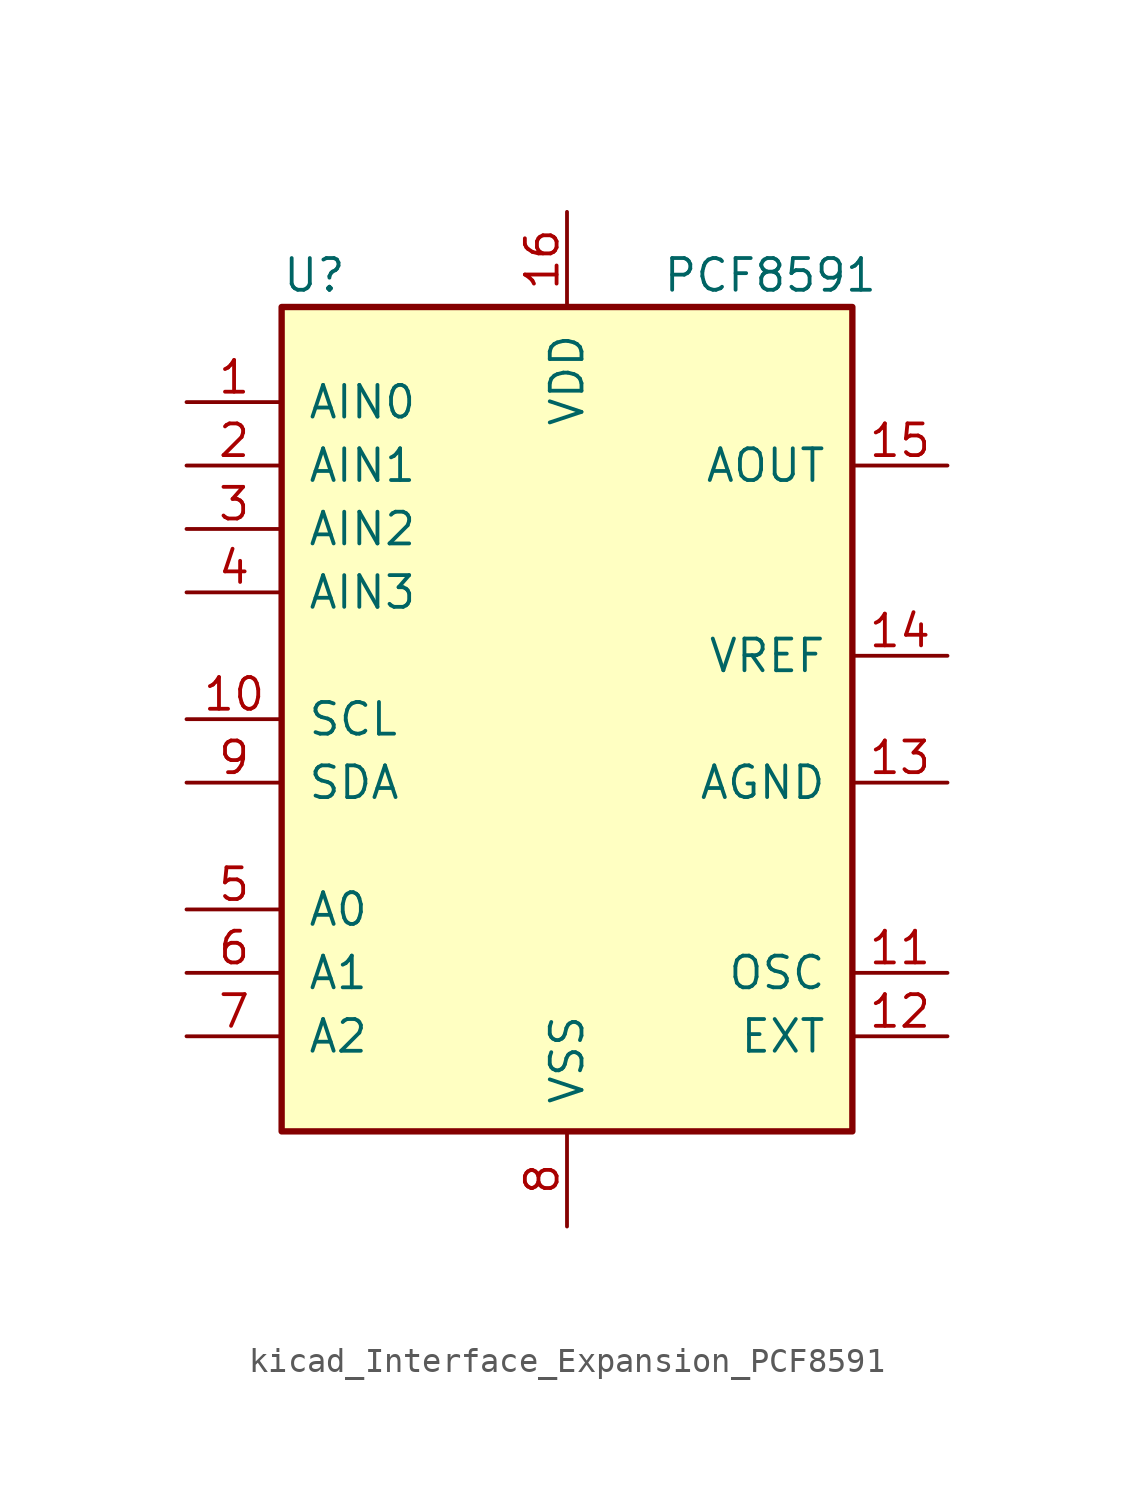
<source format=kicad_sym>
(kicad_symbol_lib
  (version 20220914)
  (generator kicad_symbol_editor)
  (symbol "kicad_Interface_Expansion_PCF8591"
    (pin_names
      (offset 1.016))
    (property "Reference" "U"
      (at -11.43 17.78 0)
      (effects (font (size 1.27 1.27)) (justify left)))
    (property "Value" "PCF8591"
      (at 3.81 17.78 0)
      (effects (font (size 1.27 1.27)) (justify left)))
    (symbol "kicad_Interface_Expansion_PCF8591_0_1"
      (rectangle (start -11.43 -16.51) (end 11.43 16.51) (stroke (width 0.254) (type default)) (fill (type background))))
    (symbol "kicad_Interface_Expansion_PCF8591_1_1"
      (pin passive line (at -15.24 12.7 0) (length 3.81) (name "AIN0" (effects (font (size 1.27 1.27)))) (number "1" (effects (font (size 1.27 1.27)))))
      (pin input line (at -15.24 0 0) (length 3.81) (name "SCL" (effects (font (size 1.27 1.27)))) (number "10" (effects (font (size 1.27 1.27)))))
      (pin bidirectional line (at 15.24 -10.16 180) (length 3.81) (name "OSC" (effects (font (size 1.27 1.27)))) (number "11" (effects (font (size 1.27 1.27)))))
      (pin input line (at 15.24 -12.7 180) (length 3.81) (name "EXT" (effects (font (size 1.27 1.27)))) (number "12" (effects (font (size 1.27 1.27)))))
      (pin power_out line (at 15.24 -2.54 180) (length 3.81) (name "AGND" (effects (font (size 1.27 1.27)))) (number "13" (effects (font (size 1.27 1.27)))))
      (pin passive line (at 15.24 2.54 180) (length 3.81) (name "VREF" (effects (font (size 1.27 1.27)))) (number "14" (effects (font (size 1.27 1.27)))))
      (pin passive line (at 15.24 10.16 180) (length 3.81) (name "AOUT" (effects (font (size 1.27 1.27)))) (number "15" (effects (font (size 1.27 1.27)))))
      (pin power_in line (at 0 20.32 270) (length 3.81) (name "VDD" (effects (font (size 1.27 1.27)))) (number "16" (effects (font (size 1.27 1.27)))))
      (pin passive line (at -15.24 10.16 0) (length 3.81) (name "AIN1" (effects (font (size 1.27 1.27)))) (number "2" (effects (font (size 1.27 1.27)))))
      (pin passive line (at -15.24 7.62 0) (length 3.81) (name "AIN2" (effects (font (size 1.27 1.27)))) (number "3" (effects (font (size 1.27 1.27)))))
      (pin passive line (at -15.24 5.08 0) (length 3.81) (name "AIN3" (effects (font (size 1.27 1.27)))) (number "4" (effects (font (size 1.27 1.27)))))
      (pin input line (at -15.24 -7.62 0) (length 3.81) (name "A0" (effects (font (size 1.27 1.27)))) (number "5" (effects (font (size 1.27 1.27)))))
      (pin input line (at -15.24 -10.16 0) (length 3.81) (name "A1" (effects (font (size 1.27 1.27)))) (number "6" (effects (font (size 1.27 1.27)))))
      (pin input line (at -15.24 -12.7 0) (length 3.81) (name "A2" (effects (font (size 1.27 1.27)))) (number "7" (effects (font (size 1.27 1.27)))))
      (pin power_in line (at 0 -20.32 90) (length 3.81) (name "VSS" (effects (font (size 1.27 1.27)))) (number "8" (effects (font (size 1.27 1.27)))))
      (pin bidirectional line (at -15.24 -2.54 0) (length 3.81) (name "SDA" (effects (font (size 1.27 1.27)))) (number "9" (effects (font (size 1.27 1.27))))))))
</source>
